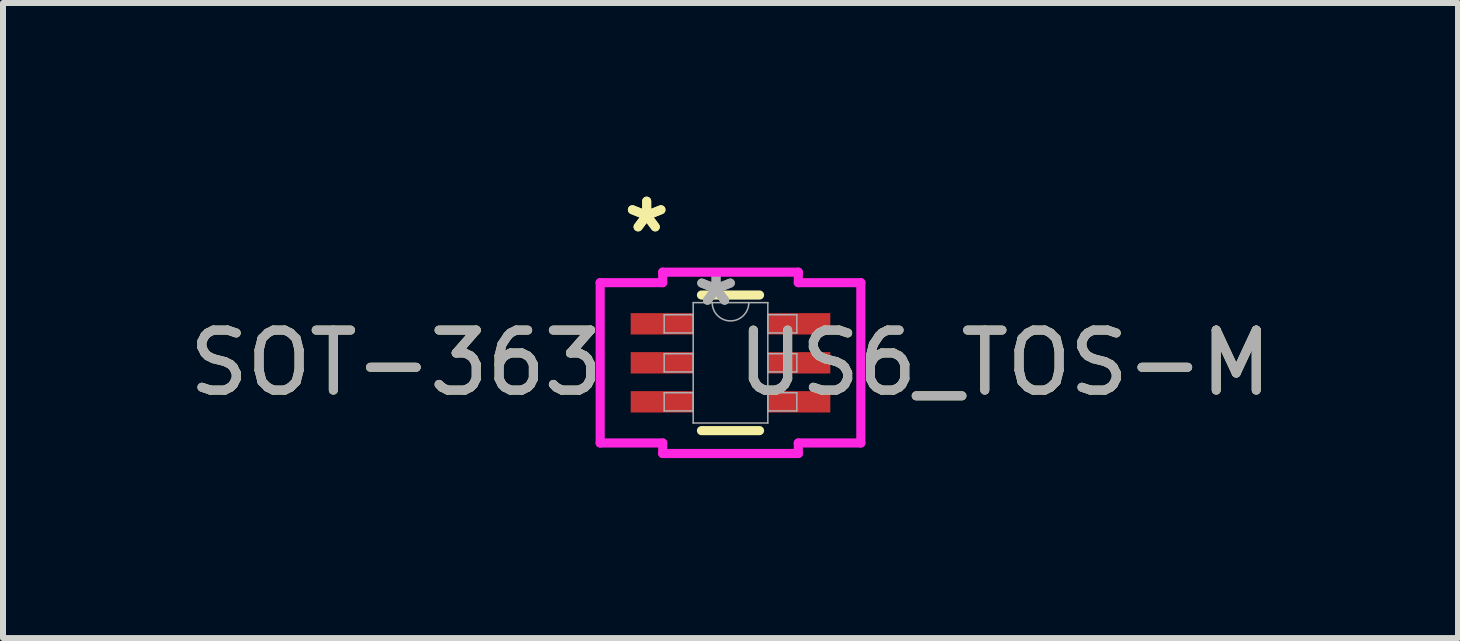
<source format=kicad_pcb>
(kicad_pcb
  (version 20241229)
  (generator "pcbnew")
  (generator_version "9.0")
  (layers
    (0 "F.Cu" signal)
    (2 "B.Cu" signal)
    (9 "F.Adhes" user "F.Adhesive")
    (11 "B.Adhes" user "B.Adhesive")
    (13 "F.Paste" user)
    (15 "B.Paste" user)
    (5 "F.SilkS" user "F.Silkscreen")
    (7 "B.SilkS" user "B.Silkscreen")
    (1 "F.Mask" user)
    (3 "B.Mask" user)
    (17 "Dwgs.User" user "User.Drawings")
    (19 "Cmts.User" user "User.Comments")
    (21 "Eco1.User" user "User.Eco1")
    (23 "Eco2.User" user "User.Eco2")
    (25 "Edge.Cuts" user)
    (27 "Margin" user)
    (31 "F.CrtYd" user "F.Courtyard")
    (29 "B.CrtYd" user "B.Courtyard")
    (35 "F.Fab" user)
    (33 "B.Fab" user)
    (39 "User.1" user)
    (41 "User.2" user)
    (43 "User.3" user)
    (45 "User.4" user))
  (footprint "SOT-363   US6_TOS-M"
    (layer "F.Cu")
    (at 9.125 2.997)
    (property "Reference" "SOT-363   US6_TOS-M" (at 0 0 0) (unlocked yes) (layer "F.SilkS") (effects (font (size 1 1) (thickness 0.15))))
    (attr smd)
    (fp_line (start -0.484 1.13) (end 0.484 1.13) (stroke (width 0.152) (type solid)) (layer "F.SilkS"))
    (fp_line (start 0.484 -1.13) (end -0.484 -1.13) (stroke (width 0.152) (type solid)) (layer "F.SilkS"))
    (fp_line (start -2.172 -1.336) (end -1.13 -1.336) (stroke (width 0.152) (type solid)) (layer "F.CrtYd"))
    (fp_line (start -2.172 1.336) (end -2.172 -1.336) (stroke (width 0.152) (type solid)) (layer "F.CrtYd"))
    (fp_line (start -2.172 1.336) (end -1.13 1.336) (stroke (width 0.152) (type solid)) (layer "F.CrtYd"))
    (fp_line (start -1.13 -1.511) (end 1.13 -1.511) (stroke (width 0.152) (type solid)) (layer "F.CrtYd"))
    (fp_line (start -1.13 -1.336) (end -1.13 -1.511) (stroke (width 0.152) (type solid)) (layer "F.CrtYd"))
    (fp_line (start -1.13 1.511) (end -1.13 1.336) (stroke (width 0.152) (type solid)) (layer "F.CrtYd"))
    (fp_line (start 1.13 -1.511) (end 1.13 -1.336) (stroke (width 0.152) (type solid)) (layer "F.CrtYd"))
    (fp_line (start 1.13 1.336) (end 1.13 1.511) (stroke (width 0.152) (type solid)) (layer "F.CrtYd"))
    (fp_line (start 1.13 1.511) (end -1.13 1.511) (stroke (width 0.152) (type solid)) (layer "F.CrtYd"))
    (fp_line (start 2.172 -1.336) (end 1.13 -1.336) (stroke (width 0.152) (type solid)) (layer "F.CrtYd"))
    (fp_line (start 2.172 -1.336) (end 2.172 1.336) (stroke (width 0.152) (type solid)) (layer "F.CrtYd"))
    (fp_line (start 2.172 1.336) (end 1.13 1.336) (stroke (width 0.152) (type solid)) (layer "F.CrtYd"))
    (fp_line (start -1.105 -0.802) (end -1.105 -0.498) (stroke (width 0.025) (type solid)) (layer "F.Fab"))
    (fp_line (start -1.105 -0.498) (end -0.622 -0.498) (stroke (width 0.025) (type solid)) (layer "F.Fab"))
    (fp_line (start -1.105 -0.152) (end -1.105 0.152) (stroke (width 0.025) (type solid)) (layer "F.Fab"))
    (fp_line (start -1.105 0.152) (end -0.622 0.152) (stroke (width 0.025) (type solid)) (layer "F.Fab"))
    (fp_line (start -1.105 0.498) (end -1.105 0.802) (stroke (width 0.025) (type solid)) (layer "F.Fab"))
    (fp_line (start -1.105 0.802) (end -0.622 0.802) (stroke (width 0.025) (type solid)) (layer "F.Fab"))
    (fp_line (start -0.622 -1.003) (end -0.622 1.003) (stroke (width 0.025) (type solid)) (layer "F.Fab"))
    (fp_line (start -0.622 -0.802) (end -1.105 -0.802) (stroke (width 0.025) (type solid)) (layer "F.Fab"))
    (fp_line (start -0.622 -0.498) (end -0.622 -0.802) (stroke (width 0.025) (type solid)) (layer "F.Fab"))
    (fp_line (start -0.622 -0.152) (end -1.105 -0.152) (stroke (width 0.025) (type solid)) (layer "F.Fab"))
    (fp_line (start -0.622 0.152) (end -0.622 -0.152) (stroke (width 0.025) (type solid)) (layer "F.Fab"))
    (fp_line (start -0.622 0.498) (end -1.105 0.498) (stroke (width 0.025) (type solid)) (layer "F.Fab"))
    (fp_line (start -0.622 0.802) (end -0.622 0.498) (stroke (width 0.025) (type solid)) (layer "F.Fab"))
    (fp_line (start -0.622 1.003) (end 0.622 1.003) (stroke (width 0.025) (type solid)) (layer "F.Fab"))
    (fp_line (start 0.622 -1.003) (end -0.622 -1.003) (stroke (width 0.025) (type solid)) (layer "F.Fab"))
    (fp_line (start 0.622 -0.802) (end 0.622 -0.498) (stroke (width 0.025) (type solid)) (layer "F.Fab"))
    (fp_line (start 0.622 -0.498) (end 1.105 -0.498) (stroke (width 0.025) (type solid)) (layer "F.Fab"))
    (fp_line (start 0.622 -0.152) (end 0.622 0.152) (stroke (width 0.025) (type solid)) (layer "F.Fab"))
    (fp_line (start 0.622 0.152) (end 1.105 0.152) (stroke (width 0.025) (type solid)) (layer "F.Fab"))
    (fp_line (start 0.622 0.498) (end 0.622 0.802) (stroke (width 0.025) (type solid)) (layer "F.Fab"))
    (fp_line (start 0.622 0.802) (end 1.105 0.802) (stroke (width 0.025) (type solid)) (layer "F.Fab"))
    (fp_line (start 0.622 1.003) (end 0.622 -1.003) (stroke (width 0.025) (type solid)) (layer "F.Fab"))
    (fp_line (start 1.105 -0.802) (end 0.622 -0.802) (stroke (width 0.025) (type solid)) (layer "F.Fab"))
    (fp_line (start 1.105 -0.498) (end 1.105 -0.802) (stroke (width 0.025) (type solid)) (layer "F.Fab"))
    (fp_line (start 1.105 -0.152) (end 0.622 -0.152) (stroke (width 0.025) (type solid)) (layer "F.Fab"))
    (fp_line (start 1.105 0.152) (end 1.105 -0.152) (stroke (width 0.025) (type solid)) (layer "F.Fab"))
    (fp_line (start 1.105 0.498) (end 0.622 0.498) (stroke (width 0.025) (type solid)) (layer "F.Fab"))
    (fp_line (start 1.105 0.802) (end 1.105 0.498) (stroke (width 0.025) (type solid)) (layer "F.Fab"))
    (fp_arc (start 0.3048 -1.0033) (mid 0 -0.6985) (end -0.3048 -1.0033) (stroke (width 0.0254) (type solid)) (layer "F.Fab"))
    (fp_text user "*" (at -1.397 -2.149 0) (layer "F.SilkS") (effects (font (size 1 1) (thickness 0.15))))
    (fp_text user "*" (at -1.397 -2.149 0) (unlocked yes) (layer "F.SilkS") (effects (font (size 1 1) (thickness 0.15))))
    (fp_text user "*" (at -0.241 -0.927 0) (layer "F.Fab") (effects (font (size 1 1) (thickness 0.15))))
    (fp_text user "*" (at -0.241 -0.927 0) (unlocked yes) (layer "F.Fab") (effects (font (size 1 1) (thickness 0.15))))
    (fp_text user "${REFERENCE}" (at 0 0 0) (unlocked yes) (layer "F.Fab") (effects (font (size 1 1) (thickness 0.15))))
    (pad "1" smd rect (at -1.143 -0.65) (size 1.041 0.356) (layers "F.Cu" "F.Mask" "F.Paste"))
    (pad "2" smd rect (at -1.143 0) (size 1.041 0.356) (layers "F.Cu" "F.Mask" "F.Paste"))
    (pad "3" smd rect (at -1.143 0.65) (size 1.041 0.356) (layers "F.Cu" "F.Mask" "F.Paste"))
    (pad "4" smd rect (at 1.143 0.65) (size 1.041 0.356) (layers "F.Cu" "F.Mask" "F.Paste"))
    (pad "5" smd rect (at 1.143 0) (size 1.041 0.356) (layers "F.Cu" "F.Mask" "F.Paste"))
    (pad "6" smd rect (at 1.143 -0.65) (size 1.041 0.356) (layers "F.Cu" "F.Mask" "F.Paste")))
  (gr_rect
    (start -3 -3)
    (end 21.25 7.584)
    (stroke (width 0.1) (type default))
    (fill no)
    (layer "Edge.Cuts")))
</source>
